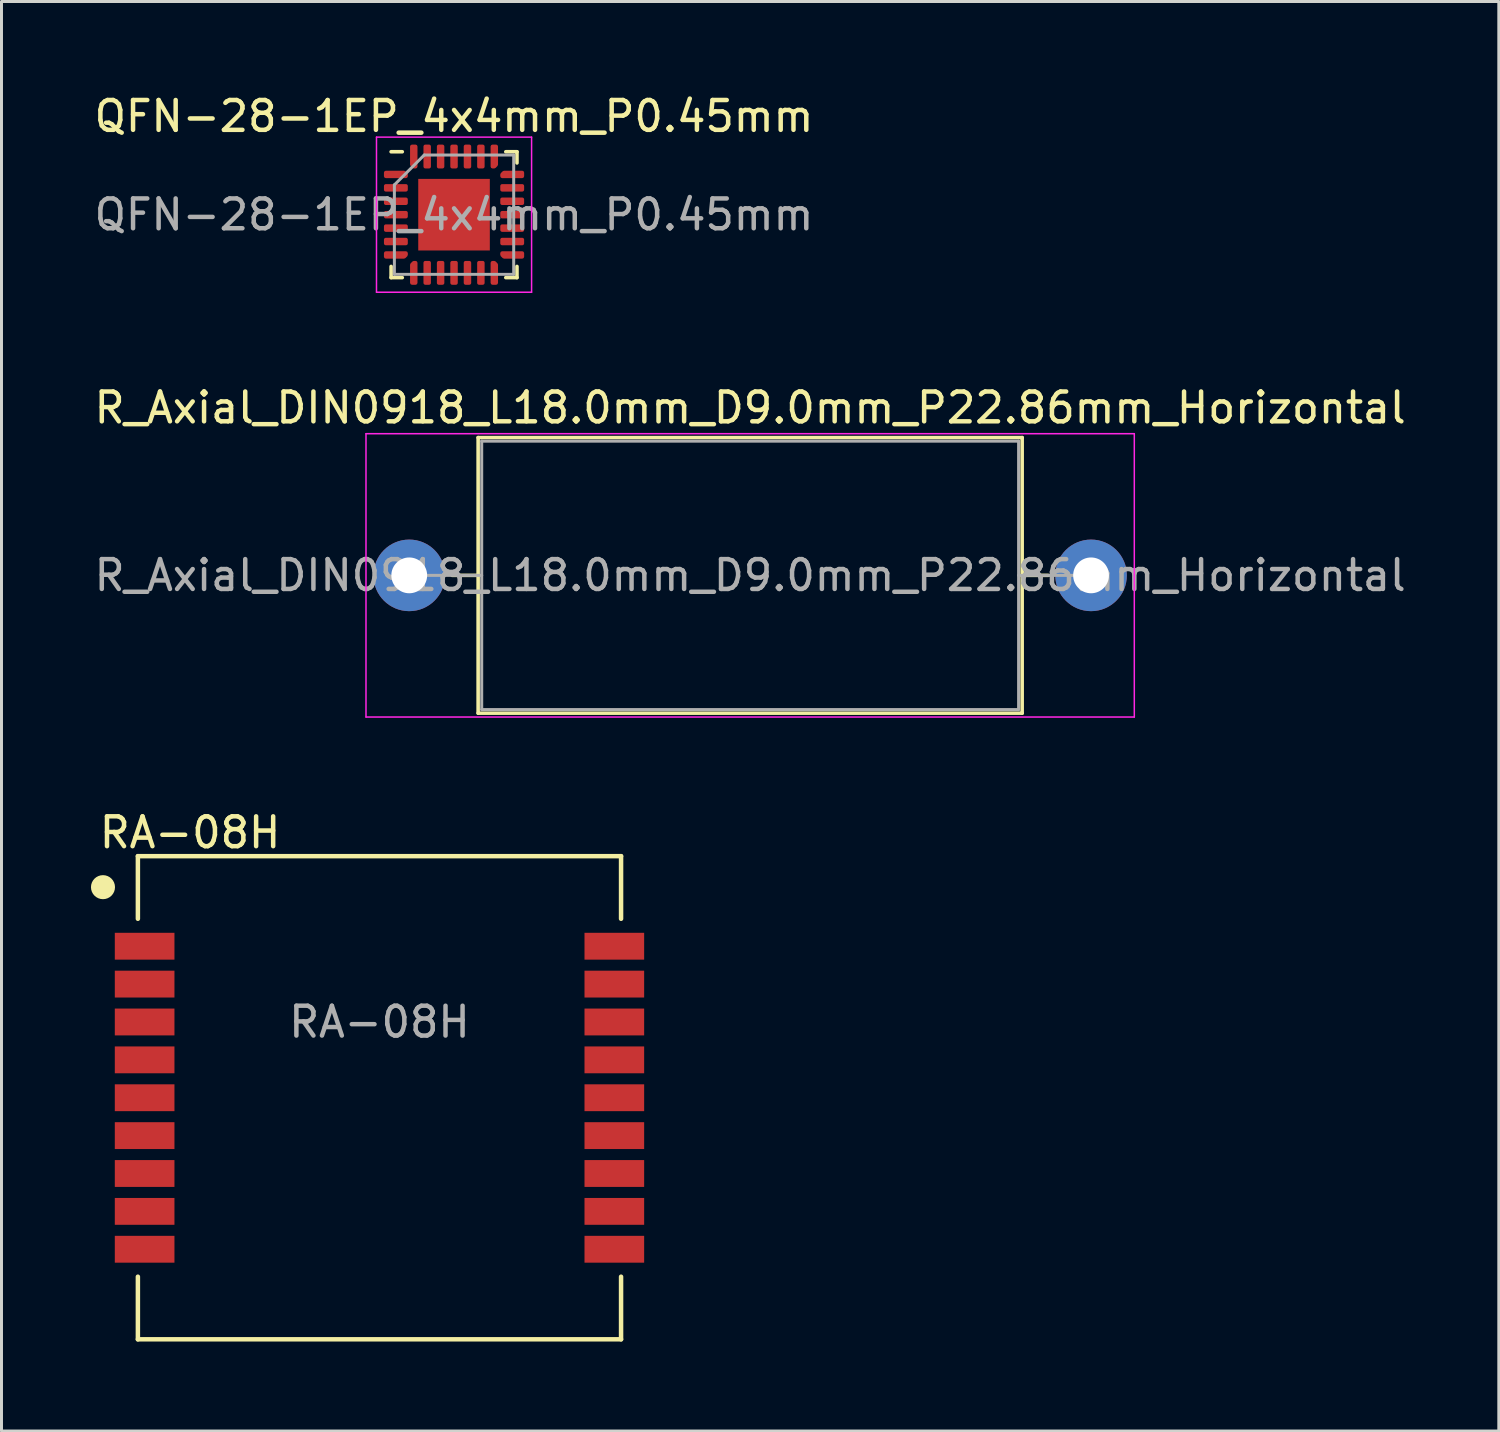
<source format=kicad_pcb>
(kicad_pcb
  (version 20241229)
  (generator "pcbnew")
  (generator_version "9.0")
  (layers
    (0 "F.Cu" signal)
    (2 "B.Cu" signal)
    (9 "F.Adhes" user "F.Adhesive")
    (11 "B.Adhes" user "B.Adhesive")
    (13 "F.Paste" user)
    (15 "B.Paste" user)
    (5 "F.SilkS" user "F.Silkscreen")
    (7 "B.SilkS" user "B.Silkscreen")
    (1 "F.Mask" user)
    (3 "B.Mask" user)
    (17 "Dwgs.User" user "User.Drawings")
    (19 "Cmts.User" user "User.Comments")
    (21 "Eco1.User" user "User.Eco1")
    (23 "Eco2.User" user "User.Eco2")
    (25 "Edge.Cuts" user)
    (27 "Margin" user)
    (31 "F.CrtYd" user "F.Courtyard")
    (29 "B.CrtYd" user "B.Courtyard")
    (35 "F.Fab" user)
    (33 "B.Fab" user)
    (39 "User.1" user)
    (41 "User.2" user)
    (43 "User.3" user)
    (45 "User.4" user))
  (footprint "R_Axial_DIN0918_L18.0mm_D9.0mm_P22.86mm_Horizontal"
    (layer "F.Cu")
    (at 10.671 16.241)
    (property "Reference" "R_Axial_DIN0918_L18.0mm_D9.0mm_P22.86mm_Horizontal" (at 11.43 -5.62 0) (layer "F.SilkS") (effects (font (size 1 1) (thickness 0.15))))
    (attr through_hole)
    (fp_line (start 1.44 0) (end 2.31 0) (stroke (width 0.12) (type solid)) (layer "F.SilkS"))
    (fp_line (start 2.31 -4.62) (end 2.31 4.62) (stroke (width 0.12) (type solid)) (layer "F.SilkS"))
    (fp_line (start 2.31 4.62) (end 20.55 4.62) (stroke (width 0.12) (type solid)) (layer "F.SilkS"))
    (fp_line (start 20.55 -4.62) (end 2.31 -4.62) (stroke (width 0.12) (type solid)) (layer "F.SilkS"))
    (fp_line (start 20.55 4.62) (end 20.55 -4.62) (stroke (width 0.12) (type solid)) (layer "F.SilkS"))
    (fp_line (start 21.42 0) (end 20.55 0) (stroke (width 0.12) (type solid)) (layer "F.SilkS"))
    (fp_line (start -1.45 -4.75) (end -1.45 4.75) (stroke (width 0.05) (type solid)) (layer "F.CrtYd"))
    (fp_line (start -1.45 4.75) (end 24.31 4.75) (stroke (width 0.05) (type solid)) (layer "F.CrtYd"))
    (fp_line (start 24.31 -4.75) (end -1.45 -4.75) (stroke (width 0.05) (type solid)) (layer "F.CrtYd"))
    (fp_line (start 24.31 4.75) (end 24.31 -4.75) (stroke (width 0.05) (type solid)) (layer "F.CrtYd"))
    (fp_line (start 0 0) (end 2.43 0) (stroke (width 0.1) (type solid)) (layer "F.Fab"))
    (fp_line (start 2.43 -4.5) (end 2.43 4.5) (stroke (width 0.1) (type solid)) (layer "F.Fab"))
    (fp_line (start 2.43 4.5) (end 20.43 4.5) (stroke (width 0.1) (type solid)) (layer "F.Fab"))
    (fp_line (start 20.43 -4.5) (end 2.43 -4.5) (stroke (width 0.1) (type solid)) (layer "F.Fab"))
    (fp_line (start 20.43 4.5) (end 20.43 -4.5) (stroke (width 0.1) (type solid)) (layer "F.Fab"))
    (fp_line (start 22.86 0) (end 20.43 0) (stroke (width 0.1) (type solid)) (layer "F.Fab"))
    (fp_text user "${REFERENCE}" (at 11.43 0 0) (layer "F.Fab") (effects (font (size 1 1) (thickness 0.15))))
    (pad "1" thru_hole circle (at 0 0) (size 2.4 2.4) (drill 1.2) (layers "*.Cu" "*.Mask"))
    (pad "2" thru_hole oval (at 22.86 0) (size 2.4 2.4) (drill 1.2) (layers "*.Cu" "*.Mask")))
  (footprint "QFN-28-1EP_4x4mm_P0.45mm"
    (layer "F.Cu")
    (at 12.173 4.148)
    (property "Reference" "QFN-28-1EP_4x4mm_P0.45mm" (at 0 -3.3 0) (layer "F.SilkS") (effects (font (size 1 1) (thickness 0.15))))
    (attr smd)
    (fp_line (start -2.11 2.11) (end -2.11 1.735) (stroke (width 0.12) (type solid)) (layer "F.SilkS"))
    (fp_line (start -1.735 -2.11) (end -2.11 -2.11) (stroke (width 0.12) (type solid)) (layer "F.SilkS"))
    (fp_line (start -1.735 2.11) (end -2.11 2.11) (stroke (width 0.12) (type solid)) (layer "F.SilkS"))
    (fp_line (start 1.735 -2.11) (end 2.11 -2.11) (stroke (width 0.12) (type solid)) (layer "F.SilkS"))
    (fp_line (start 1.735 2.11) (end 2.11 2.11) (stroke (width 0.12) (type solid)) (layer "F.SilkS"))
    (fp_line (start 2.11 -2.11) (end 2.11 -1.735) (stroke (width 0.12) (type solid)) (layer "F.SilkS"))
    (fp_line (start 2.11 2.11) (end 2.11 1.735) (stroke (width 0.12) (type solid)) (layer "F.SilkS"))
    (fp_line (start -2.6 -2.6) (end -2.6 2.6) (stroke (width 0.05) (type solid)) (layer "F.CrtYd"))
    (fp_line (start -2.6 2.6) (end 2.6 2.6) (stroke (width 0.05) (type solid)) (layer "F.CrtYd"))
    (fp_line (start 2.6 -2.6) (end -2.6 -2.6) (stroke (width 0.05) (type solid)) (layer "F.CrtYd"))
    (fp_line (start 2.6 2.6) (end 2.6 -2.6) (stroke (width 0.05) (type solid)) (layer "F.CrtYd"))
    (fp_line (start -2 -1) (end -1 -2) (stroke (width 0.1) (type solid)) (layer "F.Fab"))
    (fp_line (start -2 2) (end -2 -1) (stroke (width 0.1) (type solid)) (layer "F.Fab"))
    (fp_line (start -1 -2) (end 2 -2) (stroke (width 0.1) (type solid)) (layer "F.Fab"))
    (fp_line (start 2 -2) (end 2 2) (stroke (width 0.1) (type solid)) (layer "F.Fab"))
    (fp_line (start 2 2) (end -2 2) (stroke (width 0.1) (type solid)) (layer "F.Fab"))
    (fp_text user "${REFERENCE}" (at 0 0 0) (layer "F.Fab") (effects (font (size 1 1) (thickness 0.15))))
    (pad "" smd roundrect (at -0.6 -0.6) (size 0.97 0.97) (layers "F.Paste") (roundrect_rratio 0.25))
    (pad "" smd roundrect (at -0.6 0.6) (size 0.97 0.97) (layers "F.Paste") (roundrect_rratio 0.25))
    (pad "" smd roundrect (at 0.6 -0.6) (size 0.97 0.97) (layers "F.Paste") (roundrect_rratio 0.25))
    (pad "" smd roundrect (at 0.6 0.6) (size 0.97 0.97) (layers "F.Paste") (roundrect_rratio 0.25))
    (pad "1" smd custom (at -1.95 -1.35) (size 0.179 0.179) (layers "F.Cu" "F.Mask" "F.Paste") (options (anchor circle)) (primitives (gr_poly (pts (xy 0.338 0.001) (xy 0.338 0.062) (xy -0.338 0.062) (xy -0.338 -0.062) (xy 0.274 -0.062)) (width 0.125) (fill yes))))
    (pad "2" smd roundrect (at -1.95 -0.9) (size 0.8 0.25) (layers "F.Cu" "F.Mask" "F.Paste") (roundrect_rratio 0.25))
    (pad "3" smd roundrect (at -1.95 -0.45) (size 0.8 0.25) (layers "F.Cu" "F.Mask" "F.Paste") (roundrect_rratio 0.25))
    (pad "4" smd roundrect (at -1.95 0) (size 0.8 0.25) (layers "F.Cu" "F.Mask" "F.Paste") (roundrect_rratio 0.25))
    (pad "5" smd roundrect (at -1.95 0.45) (size 0.8 0.25) (layers "F.Cu" "F.Mask" "F.Paste") (roundrect_rratio 0.25))
    (pad "6" smd roundrect (at -1.95 0.9) (size 0.8 0.25) (layers "F.Cu" "F.Mask" "F.Paste") (roundrect_rratio 0.25))
    (pad "7" smd custom (at -1.95 1.35) (size 0.179 0.179) (layers "F.Cu" "F.Mask" "F.Paste") (options (anchor circle)) (primitives (gr_poly (pts (xy 0.338 -0.001) (xy 0.274 0.062) (xy -0.338 0.062) (xy -0.338 -0.062) (xy 0.338 -0.062)) (width 0.125) (fill yes))))
    (pad "8" smd custom (at -1.35 1.95) (size 0.179 0.179) (layers "F.Cu" "F.Mask" "F.Paste") (options (anchor circle)) (primitives (gr_poly (pts (xy 0.062 0.338) (xy -0.062 0.338) (xy -0.062 -0.274) (xy 0.001 -0.338) (xy 0.062 -0.338)) (width 0.125) (fill yes))))
    (pad "9" smd roundrect (at -0.9 1.95) (size 0.25 0.8) (layers "F.Cu" "F.Mask" "F.Paste") (roundrect_rratio 0.25))
    (pad "10" smd roundrect (at -0.45 1.95) (size 0.25 0.8) (layers "F.Cu" "F.Mask" "F.Paste") (roundrect_rratio 0.25))
    (pad "11" smd roundrect (at 0 1.95) (size 0.25 0.8) (layers "F.Cu" "F.Mask" "F.Paste") (roundrect_rratio 0.25))
    (pad "12" smd roundrect (at 0.45 1.95) (size 0.25 0.8) (layers "F.Cu" "F.Mask" "F.Paste") (roundrect_rratio 0.25))
    (pad "13" smd roundrect (at 0.9 1.95) (size 0.25 0.8) (layers "F.Cu" "F.Mask" "F.Paste") (roundrect_rratio 0.25))
    (pad "14" smd custom (at 1.35 1.95) (size 0.179 0.179) (layers "F.Cu" "F.Mask" "F.Paste") (options (anchor circle)) (primitives (gr_poly (pts (xy 0.062 -0.274) (xy 0.062 0.338) (xy -0.062 0.338) (xy -0.062 -0.338) (xy -0.001 -0.338)) (width 0.125) (fill yes))))
    (pad "15" smd custom (at 1.95 1.35) (size 0.179 0.179) (layers "F.Cu" "F.Mask" "F.Paste") (options (anchor circle)) (primitives (gr_poly (pts (xy 0.338 0.062) (xy -0.274 0.062) (xy -0.338 -0.001) (xy -0.338 -0.062) (xy 0.338 -0.062)) (width 0.125) (fill yes))))
    (pad "16" smd roundrect (at 1.95 0.9) (size 0.8 0.25) (layers "F.Cu" "F.Mask" "F.Paste") (roundrect_rratio 0.25))
    (pad "17" smd roundrect (at 1.95 0.45) (size 0.8 0.25) (layers "F.Cu" "F.Mask" "F.Paste") (roundrect_rratio 0.25))
    (pad "18" smd roundrect (at 1.95 0) (size 0.8 0.25) (layers "F.Cu" "F.Mask" "F.Paste") (roundrect_rratio 0.25))
    (pad "19" smd roundrect (at 1.95 -0.45) (size 0.8 0.25) (layers "F.Cu" "F.Mask" "F.Paste") (roundrect_rratio 0.25))
    (pad "20" smd roundrect (at 1.95 -0.9) (size 0.8 0.25) (layers "F.Cu" "F.Mask" "F.Paste") (roundrect_rratio 0.25))
    (pad "21" smd custom (at 1.95 -1.35) (size 0.179 0.179) (layers "F.Cu" "F.Mask" "F.Paste") (options (anchor circle)) (primitives (gr_poly (pts (xy 0.338 0.062) (xy -0.338 0.062) (xy -0.338 0.001) (xy -0.274 -0.062) (xy 0.338 -0.062)) (width 0.125) (fill yes))))
    (pad "22" smd custom (at 1.35 -1.95) (size 0.179 0.179) (layers "F.Cu" "F.Mask" "F.Paste") (options (anchor circle)) (primitives (gr_poly (pts (xy 0.062 0.274) (xy -0.001 0.338) (xy -0.062 0.338) (xy -0.062 -0.338) (xy 0.062 -0.338)) (width 0.125) (fill yes))))
    (pad "23" smd roundrect (at 0.9 -1.95) (size 0.25 0.8) (layers "F.Cu" "F.Mask" "F.Paste") (roundrect_rratio 0.25))
    (pad "24" smd roundrect (at 0.45 -1.95) (size 0.25 0.8) (layers "F.Cu" "F.Mask" "F.Paste") (roundrect_rratio 0.25))
    (pad "25" smd roundrect (at 0 -1.95) (size 0.25 0.8) (layers "F.Cu" "F.Mask" "F.Paste") (roundrect_rratio 0.25))
    (pad "26" smd roundrect (at -0.45 -1.95) (size 0.25 0.8) (layers "F.Cu" "F.Mask" "F.Paste") (roundrect_rratio 0.25))
    (pad "27" smd roundrect (at -0.9 -1.95) (size 0.25 0.8) (layers "F.Cu" "F.Mask" "F.Paste") (roundrect_rratio 0.25))
    (pad "28" smd custom (at -1.35 -1.95) (size 0.179 0.179) (layers "F.Cu" "F.Mask" "F.Paste") (options (anchor circle)) (primitives (gr_poly (pts (xy 0.062 0.338) (xy 0.001 0.338) (xy -0.062 0.274) (xy -0.062 -0.338) (xy 0.062 -0.338)) (width 0.125) (fill yes))))
    (pad "29" smd rect (at 0 0) (size 2.4 2.4) (layers "F.Cu" "F.Mask")))
  (footprint "RA-08H"
    (layer "F.Cu")
    (at 9.673 33.755)
    (property "Reference" "RA-08H" (at -6.35 -8.89 0) (layer "F.SilkS") (effects (font (size 1 1) (thickness 0.15))))
    (attr smd)
    (fp_line (start -8.1 -8.1) (end 8.1 -8.1) (stroke (width 0.15) (type solid)) (layer "F.SilkS"))
    (fp_line (start -8.1 -6) (end -8.1 -8.1) (stroke (width 0.15) (type solid)) (layer "F.SilkS"))
    (fp_line (start -8.1 8.1) (end -8.1 6) (stroke (width 0.15) (type solid)) (layer "F.SilkS"))
    (fp_line (start -8.1 8.1) (end 8.1 8.1) (stroke (width 0.15) (type solid)) (layer "F.SilkS"))
    (fp_line (start 8.1 -6) (end 8.1 -8.1) (stroke (width 0.15) (type solid)) (layer "F.SilkS"))
    (fp_line (start 8.1 8.1) (end 8.1 6) (stroke (width 0.15) (type solid)) (layer "F.SilkS"))
    (fp_circle (center -9.27 -7.06) (end -8.917 -7.06) (stroke (width 0.1) (type solid)) (fill yes) (layer "F.SilkS"))
    (fp_text user "${REFERENCE}" (at 0 -2.54 0) (layer "F.Fab") (effects (font (size 1 1) (thickness 0.15))))
    (pad "1" smd rect (at -7.874 -5.08) (size 2 0.9) (layers "F.Cu" "F.Mask" "F.Paste"))
    (pad "2" smd rect (at -7.874 -3.81) (size 2 0.9) (layers "F.Cu" "F.Mask" "F.Paste"))
    (pad "3" smd rect (at -7.874 -2.54) (size 2 0.9) (layers "F.Cu" "F.Mask" "F.Paste"))
    (pad "4" smd rect (at -7.874 -1.27) (size 2 0.9) (layers "F.Cu" "F.Mask" "F.Paste"))
    (pad "5" smd rect (at -7.874 0) (size 2 0.9) (layers "F.Cu" "F.Mask" "F.Paste"))
    (pad "6" smd rect (at -7.874 1.27) (size 2 0.9) (layers "F.Cu" "F.Mask" "F.Paste"))
    (pad "7" smd rect (at -7.874 2.54) (size 2 0.9) (layers "F.Cu" "F.Mask" "F.Paste"))
    (pad "8" smd rect (at -7.874 3.81) (size 2 0.9) (layers "F.Cu" "F.Mask" "F.Paste"))
    (pad "9" smd rect (at -7.874 5.08) (size 2 0.9) (layers "F.Cu" "F.Mask" "F.Paste"))
    (pad "10" smd rect (at 7.874 5.08) (size 2 0.9) (layers "F.Cu" "F.Mask" "F.Paste"))
    (pad "11" smd rect (at 7.874 3.81) (size 2 0.9) (layers "F.Cu" "F.Mask" "F.Paste"))
    (pad "12" smd rect (at 7.874 2.54) (size 2 0.9) (layers "F.Cu" "F.Mask" "F.Paste"))
    (pad "13" smd rect (at 7.874 1.27) (size 2 0.9) (layers "F.Cu" "F.Mask" "F.Paste"))
    (pad "14" smd rect (at 7.874 0) (size 2 0.9) (layers "F.Cu" "F.Mask" "F.Paste"))
    (pad "15" smd rect (at 7.874 -1.27) (size 2 0.9) (layers "F.Cu" "F.Mask" "F.Paste"))
    (pad "16" smd rect (at 7.874 -2.54) (size 2 0.9) (layers "F.Cu" "F.Mask" "F.Paste"))
    (pad "17" smd rect (at 7.874 -3.81) (size 2 0.9) (layers "F.Cu" "F.Mask" "F.Paste"))
    (pad "18" smd rect (at 7.874 -5.08) (size 2 0.9) (layers "F.Cu" "F.Mask" "F.Paste")))
  (gr_rect
    (start -3 -3)
    (end 47.202 44.93)
    (stroke (width 0.1) (type default))
    (fill no)
    (layer "Edge.Cuts")))
</source>
